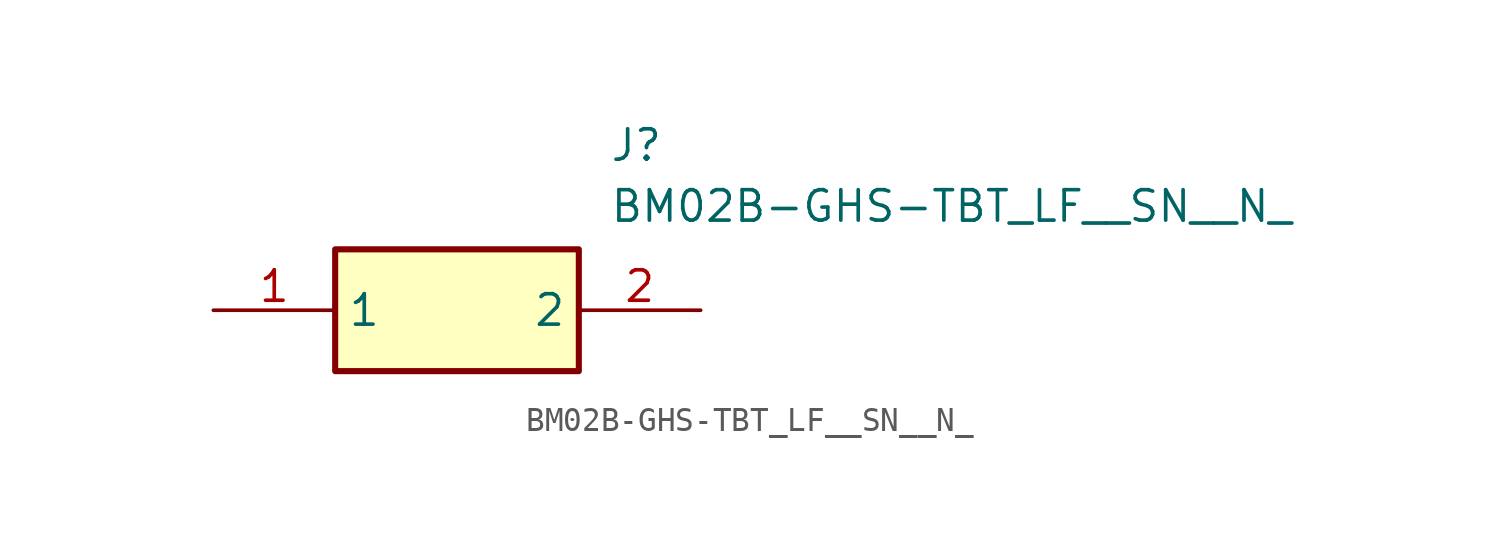
<source format=kicad_sym>
(kicad_symbol_lib
  (version 20241209)
  (generator "kicad_symbol_editor")
  (generator_version "9.0")
  (symbol "BM02B-GHS-TBT_LF__SN__N_"
    (property "Reference" "J"
      (at 16.51 7.62 0)
      (effects (font (size 1.27 1.27)) (justify left top)))
    (property "Value" "BM02B-GHS-TBT_LF__SN__N_"
      (at 16.51 5.08 0)
      (effects (font (size 1.27 1.27)) (justify left top)))
    (symbol "BM02B-GHS-TBT_LF__SN__N__1_1"
      (rectangle (start 5.08 2.54) (end 15.24 -2.54) (stroke (width 0.254) (type default)) (fill (type background)))
      (pin passive line (at 0 0 0) (length 5.08) (name "1" (effects (font (size 1.27 1.27)))) (number "1" (effects (font (size 1.27 1.27)))))
      (pin passive line (at 20.32 0 180) (length 5.08) (name "2" (effects (font (size 1.27 1.27)))) (number "2" (effects (font (size 1.27 1.27))))))))
</source>
